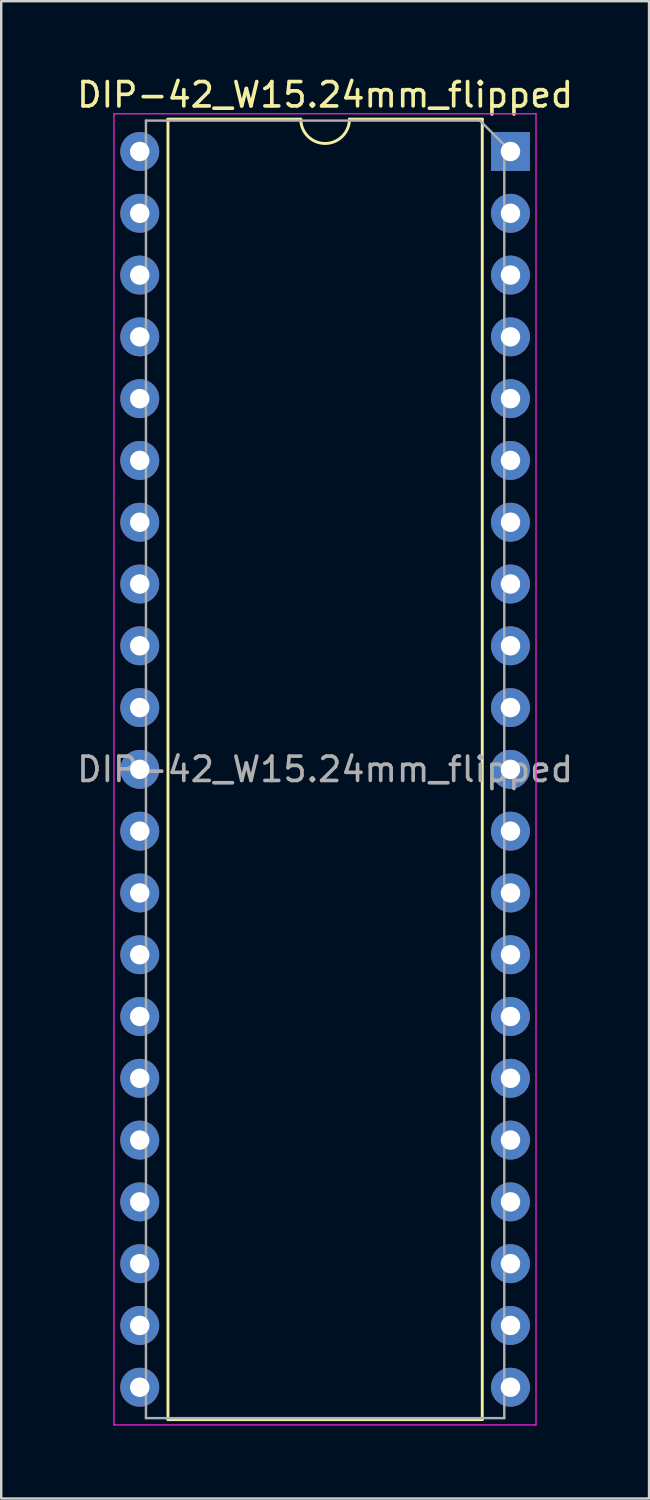
<source format=kicad_pcb>
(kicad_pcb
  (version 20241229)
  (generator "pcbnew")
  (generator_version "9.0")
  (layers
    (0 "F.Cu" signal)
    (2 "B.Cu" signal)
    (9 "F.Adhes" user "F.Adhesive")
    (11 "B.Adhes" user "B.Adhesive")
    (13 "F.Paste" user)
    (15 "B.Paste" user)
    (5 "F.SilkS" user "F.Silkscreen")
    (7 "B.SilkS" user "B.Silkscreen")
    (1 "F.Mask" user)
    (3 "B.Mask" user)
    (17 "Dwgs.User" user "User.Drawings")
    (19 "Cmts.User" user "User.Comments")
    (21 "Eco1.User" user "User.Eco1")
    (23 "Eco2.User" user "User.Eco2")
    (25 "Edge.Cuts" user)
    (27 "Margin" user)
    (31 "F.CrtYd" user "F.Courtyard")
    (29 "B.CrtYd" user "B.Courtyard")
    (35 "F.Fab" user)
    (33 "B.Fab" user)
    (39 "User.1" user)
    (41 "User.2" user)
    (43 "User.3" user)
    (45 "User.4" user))
  (footprint "DIP-42_W15.24mm_flipped"
    (layer "F.Cu")
    (at 10.285 28.578)
    (property "Reference" "DIP-42_W15.24mm_flipped" (at 0.03 -27.73 0) (layer "F.SilkS") (effects (font (size 1 1) (thickness 0.15))))
    (attr through_hole)
    (fp_line (start -6.43 -26.73) (end -0.97 -26.73) (stroke (width 0.12) (type solid)) (layer "F.SilkS"))
    (fp_line (start -6.43 26.73) (end -6.43 -26.73) (stroke (width 0.12) (type solid)) (layer "F.SilkS"))
    (fp_line (start 1.03 -26.73) (end 6.49 -26.73) (stroke (width 0.12) (type solid)) (layer "F.SilkS"))
    (fp_line (start 6.49 -26.73) (end 6.49 26.73) (stroke (width 0.12) (type solid)) (layer "F.SilkS"))
    (fp_line (start 6.49 26.73) (end -6.43 26.73) (stroke (width 0.12) (type solid)) (layer "F.SilkS"))
    (fp_arc (start 1.03 -26.73) (mid 0.03 -25.73) (end -0.97 -26.73) (stroke (width 0.12) (type solid)) (layer "F.SilkS"))
    (fp_line (start -8.65 -26.95) (end 8.7 -26.95) (stroke (width 0.05) (type solid)) (layer "F.CrtYd"))
    (fp_line (start -8.65 26.95) (end -8.65 -26.95) (stroke (width 0.05) (type solid)) (layer "F.CrtYd"))
    (fp_line (start 8.7 -26.95) (end 8.7 26.95) (stroke (width 0.05) (type solid)) (layer "F.CrtYd"))
    (fp_line (start 8.7 26.95) (end -8.65 26.95) (stroke (width 0.05) (type solid)) (layer "F.CrtYd"))
    (fp_line (start -7.335 -26.67) (end -7.335 26.67) (stroke (width 0.1) (type solid)) (layer "F.Fab"))
    (fp_line (start -7.335 26.67) (end 7.395 26.67) (stroke (width 0.1) (type solid)) (layer "F.Fab"))
    (fp_line (start 6.395 -26.67) (end -7.335 -26.67) (stroke (width 0.1) (type solid)) (layer "F.Fab"))
    (fp_line (start 7.395 -25.67) (end 6.395 -26.67) (stroke (width 0.1) (type solid)) (layer "F.Fab"))
    (fp_line (start 7.395 26.67) (end 7.395 -25.67) (stroke (width 0.1) (type solid)) (layer "F.Fab"))
    (fp_text user "${REFERENCE}" (at 0.03 0 0) (layer "F.Fab") (effects (font (size 1 1) (thickness 0.15))))
    (pad "1" thru_hole rect (at 7.65 -25.4) (size 1.6 1.6) (drill 0.8) (layers "*.Cu" "*.Mask"))
    (pad "2" thru_hole oval (at 7.65 -22.86) (size 1.6 1.6) (drill 0.8) (layers "*.Cu" "*.Mask"))
    (pad "3" thru_hole oval (at 7.65 -20.32) (size 1.6 1.6) (drill 0.8) (layers "*.Cu" "*.Mask"))
    (pad "4" thru_hole oval (at 7.65 -17.78) (size 1.6 1.6) (drill 0.8) (layers "*.Cu" "*.Mask"))
    (pad "5" thru_hole oval (at 7.65 -15.24) (size 1.6 1.6) (drill 0.8) (layers "*.Cu" "*.Mask"))
    (pad "6" thru_hole oval (at 7.65 -12.7) (size 1.6 1.6) (drill 0.8) (layers "*.Cu" "*.Mask"))
    (pad "7" thru_hole oval (at 7.65 -10.16) (size 1.6 1.6) (drill 0.8) (layers "*.Cu" "*.Mask"))
    (pad "8" thru_hole oval (at 7.65 -7.62) (size 1.6 1.6) (drill 0.8) (layers "*.Cu" "*.Mask"))
    (pad "9" thru_hole oval (at 7.65 -5.08) (size 1.6 1.6) (drill 0.8) (layers "*.Cu" "*.Mask"))
    (pad "10" thru_hole oval (at 7.65 -2.54) (size 1.6 1.6) (drill 0.8) (layers "*.Cu" "*.Mask"))
    (pad "11" thru_hole oval (at 7.65 0) (size 1.6 1.6) (drill 0.8) (layers "*.Cu" "*.Mask"))
    (pad "12" thru_hole oval (at 7.65 2.54) (size 1.6 1.6) (drill 0.8) (layers "*.Cu" "*.Mask"))
    (pad "13" thru_hole oval (at 7.65 5.08) (size 1.6 1.6) (drill 0.8) (layers "*.Cu" "*.Mask"))
    (pad "14" thru_hole oval (at 7.65 7.62) (size 1.6 1.6) (drill 0.8) (layers "*.Cu" "*.Mask"))
    (pad "15" thru_hole oval (at 7.65 10.16) (size 1.6 1.6) (drill 0.8) (layers "*.Cu" "*.Mask"))
    (pad "16" thru_hole oval (at 7.65 12.7) (size 1.6 1.6) (drill 0.8) (layers "*.Cu" "*.Mask"))
    (pad "17" thru_hole oval (at 7.65 15.24) (size 1.6 1.6) (drill 0.8) (layers "*.Cu" "*.Mask"))
    (pad "18" thru_hole oval (at 7.65 17.78) (size 1.6 1.6) (drill 0.8) (layers "*.Cu" "*.Mask"))
    (pad "19" thru_hole oval (at 7.65 20.32) (size 1.6 1.6) (drill 0.8) (layers "*.Cu" "*.Mask"))
    (pad "20" thru_hole oval (at 7.65 22.86) (size 1.6 1.6) (drill 0.8) (layers "*.Cu" "*.Mask"))
    (pad "21" thru_hole oval (at 7.65 25.4) (size 1.6 1.6) (drill 0.8) (layers "*.Cu" "*.Mask"))
    (pad "22" thru_hole oval (at -7.59 25.4) (size 1.6 1.6) (drill 0.8) (layers "*.Cu" "*.Mask"))
    (pad "23" thru_hole oval (at -7.59 22.86) (size 1.6 1.6) (drill 0.8) (layers "*.Cu" "*.Mask"))
    (pad "24" thru_hole oval (at -7.59 20.32) (size 1.6 1.6) (drill 0.8) (layers "*.Cu" "*.Mask"))
    (pad "25" thru_hole oval (at -7.59 17.78) (size 1.6 1.6) (drill 0.8) (layers "*.Cu" "*.Mask"))
    (pad "26" thru_hole oval (at -7.59 15.24) (size 1.6 1.6) (drill 0.8) (layers "*.Cu" "*.Mask"))
    (pad "27" thru_hole oval (at -7.59 12.7) (size 1.6 1.6) (drill 0.8) (layers "*.Cu" "*.Mask"))
    (pad "28" thru_hole oval (at -7.59 10.16) (size 1.6 1.6) (drill 0.8) (layers "*.Cu" "*.Mask"))
    (pad "29" thru_hole oval (at -7.59 7.62) (size 1.6 1.6) (drill 0.8) (layers "*.Cu" "*.Mask"))
    (pad "30" thru_hole oval (at -7.59 5.08) (size 1.6 1.6) (drill 0.8) (layers "*.Cu" "*.Mask"))
    (pad "31" thru_hole oval (at -7.59 2.54) (size 1.6 1.6) (drill 0.8) (layers "*.Cu" "*.Mask"))
    (pad "32" thru_hole oval (at -7.59 0) (size 1.6 1.6) (drill 0.8) (layers "*.Cu" "*.Mask"))
    (pad "33" thru_hole oval (at -7.59 -2.54) (size 1.6 1.6) (drill 0.8) (layers "*.Cu" "*.Mask"))
    (pad "34" thru_hole oval (at -7.59 -5.08) (size 1.6 1.6) (drill 0.8) (layers "*.Cu" "*.Mask"))
    (pad "35" thru_hole oval (at -7.59 -7.62) (size 1.6 1.6) (drill 0.8) (layers "*.Cu" "*.Mask"))
    (pad "36" thru_hole oval (at -7.59 -10.16) (size 1.6 1.6) (drill 0.8) (layers "*.Cu" "*.Mask"))
    (pad "37" thru_hole oval (at -7.59 -12.7) (size 1.6 1.6) (drill 0.8) (layers "*.Cu" "*.Mask"))
    (pad "38" thru_hole oval (at -7.59 -15.24) (size 1.6 1.6) (drill 0.8) (layers "*.Cu" "*.Mask"))
    (pad "39" thru_hole oval (at -7.59 -17.78) (size 1.6 1.6) (drill 0.8) (layers "*.Cu" "*.Mask"))
    (pad "40" thru_hole oval (at -7.59 -20.32) (size 1.6 1.6) (drill 0.8) (layers "*.Cu" "*.Mask"))
    (pad "41" thru_hole oval (at -7.59 -22.86) (size 1.6 1.6) (drill 0.8) (layers "*.Cu" "*.Mask"))
    (pad "42" thru_hole oval (at -7.59 -25.4) (size 1.6 1.6) (drill 0.8) (layers "*.Cu" "*.Mask")))
  (gr_rect
    (start -3 -3)
    (end 23.631 58.553)
    (stroke (width 0.1) (type default))
    (fill no)
    (layer "Edge.Cuts")))
</source>
